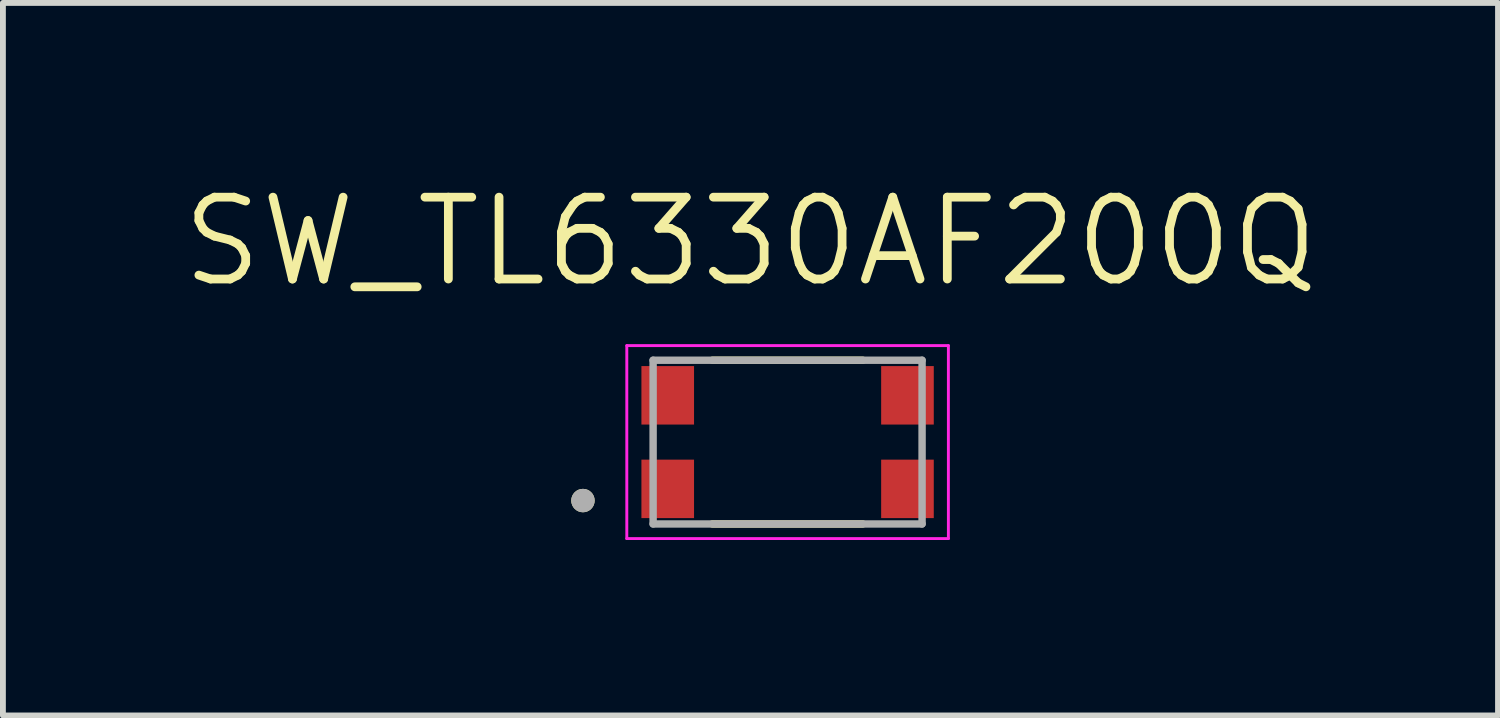
<source format=kicad_pcb>
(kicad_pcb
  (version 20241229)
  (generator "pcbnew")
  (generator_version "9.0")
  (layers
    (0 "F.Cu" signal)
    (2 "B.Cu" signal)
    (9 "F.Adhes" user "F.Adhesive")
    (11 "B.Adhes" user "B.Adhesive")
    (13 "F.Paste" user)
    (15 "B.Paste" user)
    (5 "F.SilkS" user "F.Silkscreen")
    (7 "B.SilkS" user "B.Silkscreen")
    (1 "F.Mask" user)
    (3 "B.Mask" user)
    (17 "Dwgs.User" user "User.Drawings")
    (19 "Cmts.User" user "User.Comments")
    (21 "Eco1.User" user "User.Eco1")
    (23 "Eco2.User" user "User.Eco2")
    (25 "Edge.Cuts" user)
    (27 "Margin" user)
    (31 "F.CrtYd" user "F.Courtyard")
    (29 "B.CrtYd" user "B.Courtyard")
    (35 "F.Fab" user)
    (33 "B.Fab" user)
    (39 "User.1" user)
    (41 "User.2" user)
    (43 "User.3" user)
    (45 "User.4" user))
  (footprint "SW_TL6330AF200Q"
    (layer "F.Cu")
    (at 10.42 4.511)
    (property "Reference" "SW_TL6330AF200Q" (at -0.635 -3.429 0) (layer "F.SilkS") (effects (font (size 1.4 1.4) (thickness 0.15))))
    (attr smd)
    (fp_line (start -1.286 -1.4) (end 1.286 -1.4) (stroke (width 0.127) (type solid)) (layer "F.SilkS"))
    (fp_line (start -1.286 1.4) (end 1.286 1.4) (stroke (width 0.127) (type solid)) (layer "F.SilkS"))
    (fp_circle (center -3.5 1) (end -3.4 1) (stroke (width 0.2) (type solid)) (fill no) (layer "F.SilkS"))
    (fp_line (start -2.75 -1.65) (end 2.75 -1.65) (stroke (width 0.05) (type solid)) (layer "F.CrtYd"))
    (fp_line (start -2.75 1.65) (end -2.75 -1.65) (stroke (width 0.05) (type solid)) (layer "F.CrtYd"))
    (fp_line (start 2.75 -1.65) (end 2.75 1.65) (stroke (width 0.05) (type solid)) (layer "F.CrtYd"))
    (fp_line (start 2.75 1.65) (end -2.75 1.65) (stroke (width 0.05) (type solid)) (layer "F.CrtYd"))
    (fp_line (start -2.3 -1.4) (end 2.3 -1.4) (stroke (width 0.127) (type solid)) (layer "F.Fab"))
    (fp_line (start -2.3 1.4) (end -2.3 -1.4) (stroke (width 0.127) (type solid)) (layer "F.Fab"))
    (fp_line (start 2.3 -1.4) (end 2.3 1.4) (stroke (width 0.127) (type solid)) (layer "F.Fab"))
    (fp_line (start 2.3 1.4) (end -2.3 1.4) (stroke (width 0.127) (type solid)) (layer "F.Fab"))
    (fp_circle (center -3.5 1) (end -3.4 1) (stroke (width 0.2) (type solid)) (fill no) (layer "F.Fab"))
    (pad "1" smd rect (at -2.05 0.8) (size 0.9 1) (layers "F.Cu" "F.Mask" "F.Paste"))
    (pad "2" smd rect (at 2.05 0.8) (size 0.9 1) (layers "F.Cu" "F.Mask" "F.Paste"))
    (pad "3" smd rect (at -2.05 -0.8) (size 0.9 1) (layers "F.Cu" "F.Mask" "F.Paste"))
    (pad "4" smd rect (at 2.05 -0.8) (size 0.9 1) (layers "F.Cu" "F.Mask" "F.Paste")))
  (gr_rect
    (start -3 -3)
    (end 22.57 9.186)
    (stroke (width 0.1) (type default))
    (fill no)
    (layer "Edge.Cuts")))
</source>
